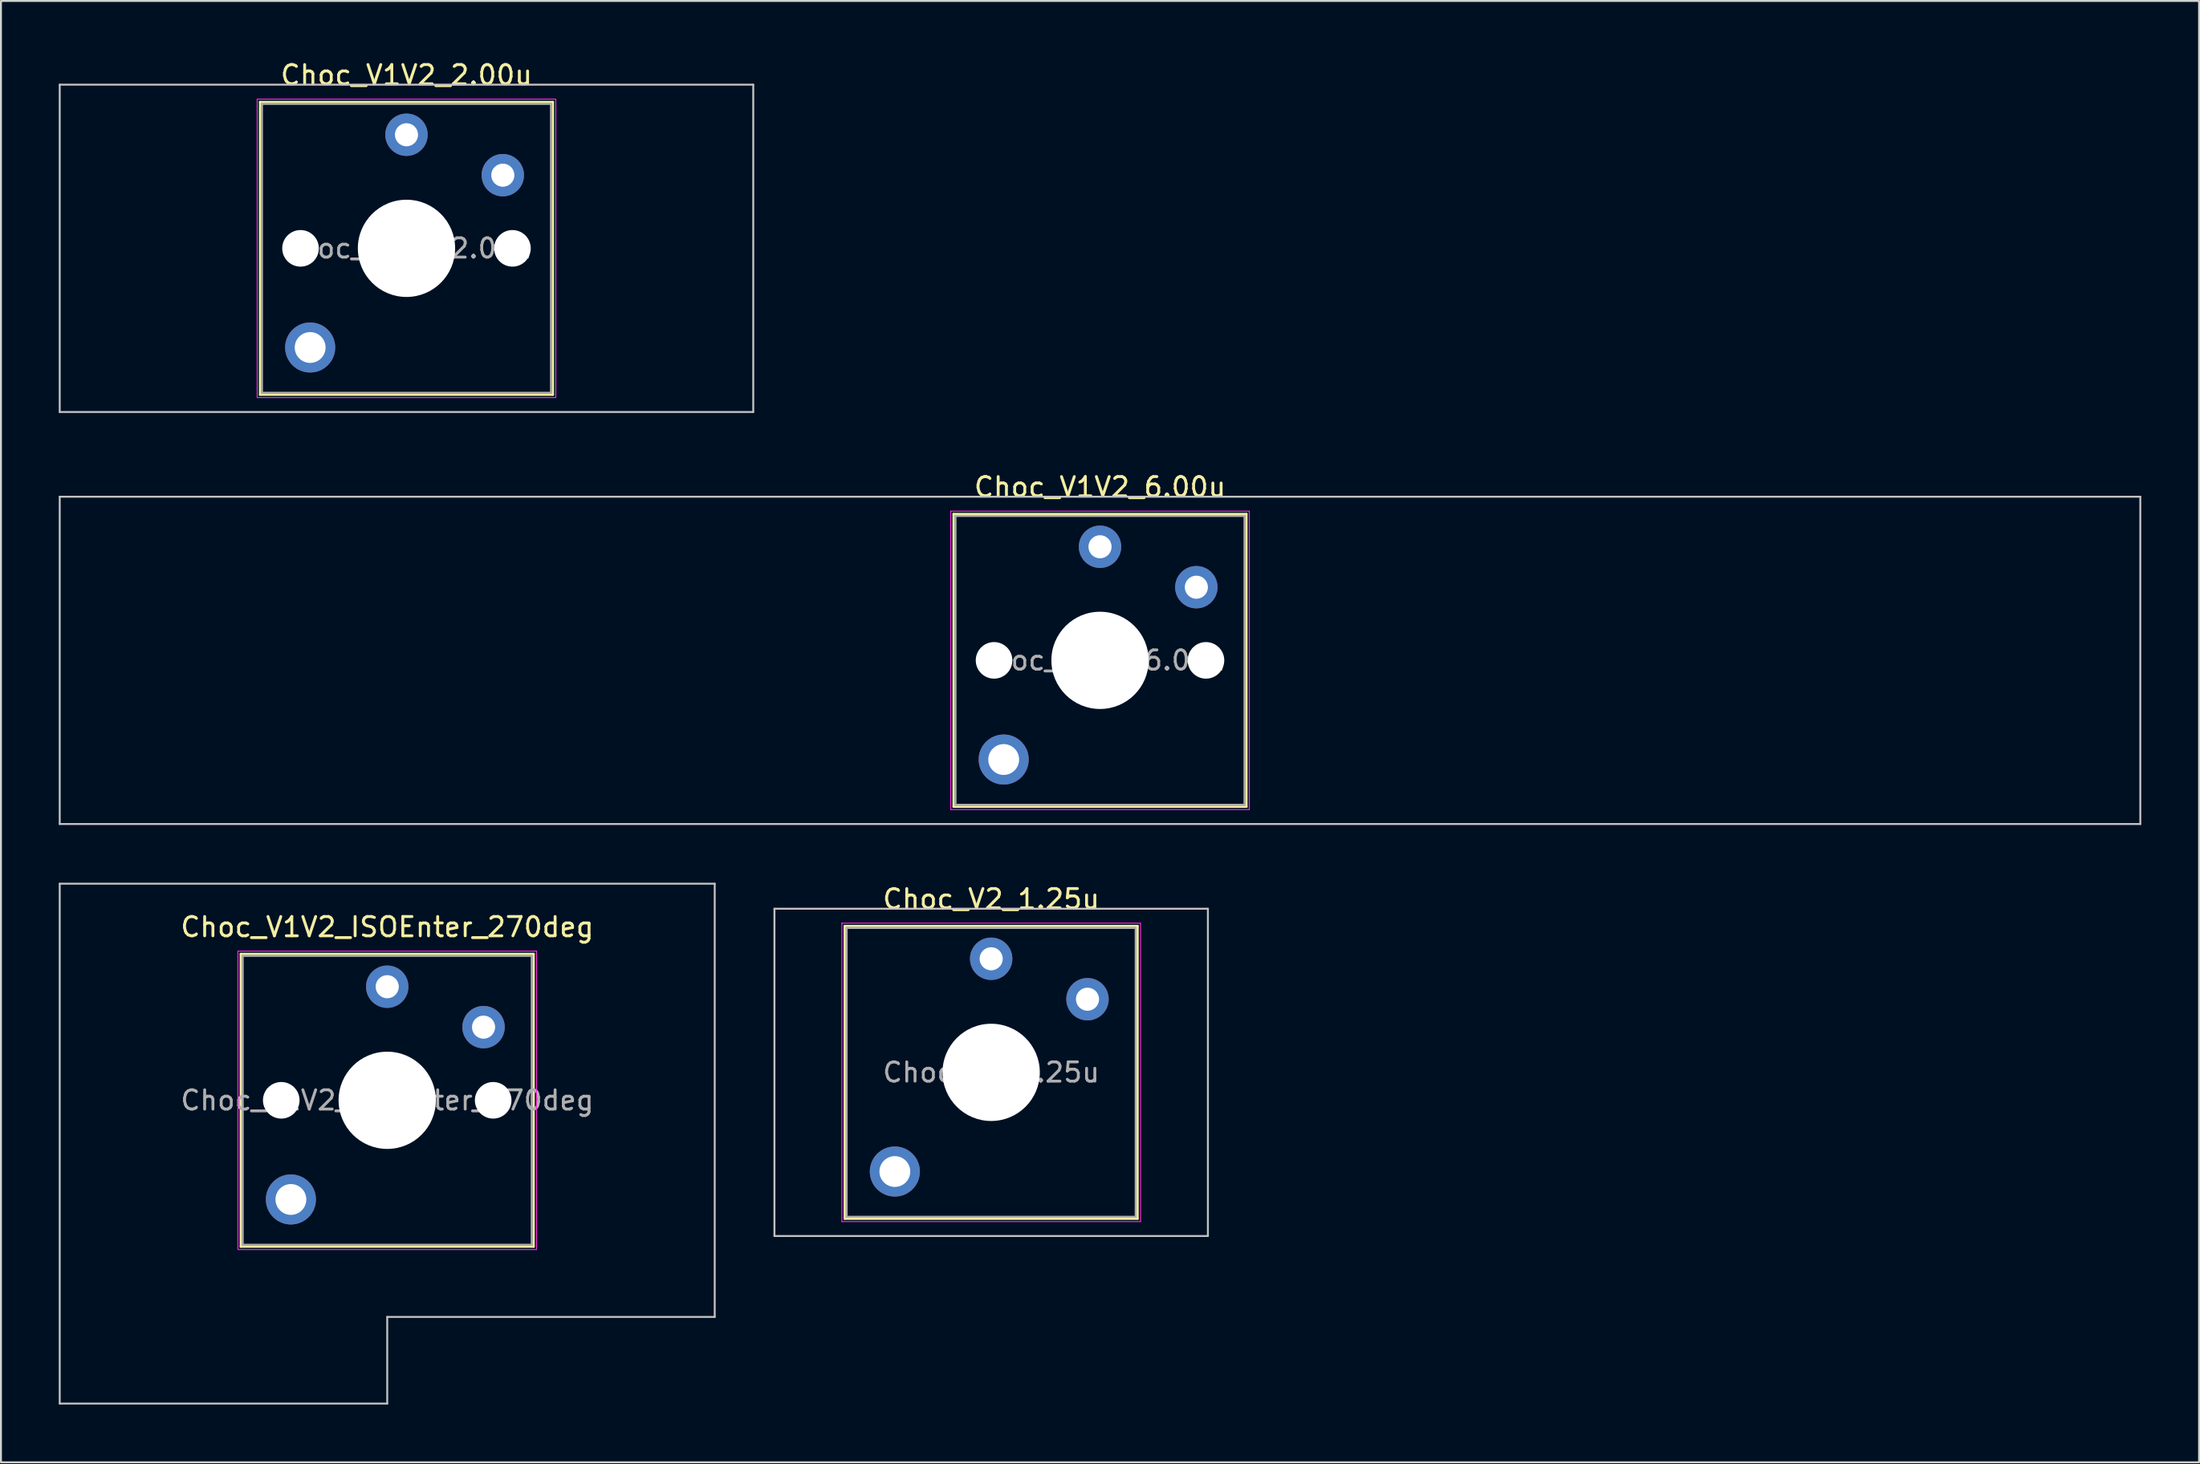
<source format=kicad_pcb>
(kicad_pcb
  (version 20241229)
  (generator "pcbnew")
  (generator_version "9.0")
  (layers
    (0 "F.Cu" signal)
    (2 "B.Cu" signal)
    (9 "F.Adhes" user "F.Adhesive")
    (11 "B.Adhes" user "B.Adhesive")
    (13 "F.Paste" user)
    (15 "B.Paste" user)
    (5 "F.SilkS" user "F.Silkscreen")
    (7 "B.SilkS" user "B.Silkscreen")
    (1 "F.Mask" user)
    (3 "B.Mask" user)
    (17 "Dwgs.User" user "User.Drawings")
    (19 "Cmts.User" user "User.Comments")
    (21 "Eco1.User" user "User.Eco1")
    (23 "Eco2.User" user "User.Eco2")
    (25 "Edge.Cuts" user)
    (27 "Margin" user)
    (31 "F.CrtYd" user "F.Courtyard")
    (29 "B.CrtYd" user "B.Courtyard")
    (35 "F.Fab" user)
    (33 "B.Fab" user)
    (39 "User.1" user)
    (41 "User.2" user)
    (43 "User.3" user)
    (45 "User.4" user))
  (footprint "Choc_V2_1.25u"
    (layer "F.Cu")
    (at 48.4 52.645)
    (property "Reference" "Choc_V2_1.25u" (at 0 -9 0) (layer "F.SilkS") (effects (font (size 1 1) (thickness 0.15))))
    (attr through_hole)
    (fp_line (start -7.6 -7.6) (end -7.6 7.6) (stroke (width 0.12) (type solid)) (layer "F.SilkS"))
    (fp_line (start -7.6 7.6) (end 7.6 7.6) (stroke (width 0.12) (type solid)) (layer "F.SilkS"))
    (fp_line (start 7.6 -7.6) (end -7.6 -7.6) (stroke (width 0.12) (type solid)) (layer "F.SilkS"))
    (fp_line (start 7.6 7.6) (end 7.6 -7.6) (stroke (width 0.12) (type solid)) (layer "F.SilkS"))
    (fp_line (start -11.25 -8.5) (end -11.25 8.5) (stroke (width 0.1) (type solid)) (layer "Dwgs.User"))
    (fp_line (start -11.25 8.5) (end 11.25 8.5) (stroke (width 0.1) (type solid)) (layer "Dwgs.User"))
    (fp_line (start 11.25 -8.5) (end -11.25 -8.5) (stroke (width 0.1) (type solid)) (layer "Dwgs.User"))
    (fp_line (start 11.25 8.5) (end 11.25 -8.5) (stroke (width 0.1) (type solid)) (layer "Dwgs.User"))
    (fp_line (start -7.25 -7.25) (end -7.25 7.25) (stroke (width 0.1) (type solid)) (layer "Eco1.User"))
    (fp_line (start -7.25 7.25) (end 7.25 7.25) (stroke (width 0.1) (type solid)) (layer "Eco1.User"))
    (fp_line (start 7.25 -7.25) (end -7.25 -7.25) (stroke (width 0.1) (type solid)) (layer "Eco1.User"))
    (fp_line (start 7.25 7.25) (end 7.25 -7.25) (stroke (width 0.1) (type solid)) (layer "Eco1.User"))
    (fp_line (start -7.75 -7.75) (end -7.75 7.75) (stroke (width 0.05) (type solid)) (layer "F.CrtYd"))
    (fp_line (start -7.75 7.75) (end 7.75 7.75) (stroke (width 0.05) (type solid)) (layer "F.CrtYd"))
    (fp_line (start 7.75 -7.75) (end -7.75 -7.75) (stroke (width 0.05) (type solid)) (layer "F.CrtYd"))
    (fp_line (start 7.75 7.75) (end 7.75 -7.75) (stroke (width 0.05) (type solid)) (layer "F.CrtYd"))
    (fp_line (start -7.5 -7.5) (end -7.5 7.5) (stroke (width 0.1) (type solid)) (layer "F.Fab"))
    (fp_line (start -7.5 7.5) (end 7.5 7.5) (stroke (width 0.1) (type solid)) (layer "F.Fab"))
    (fp_line (start 7.5 -7.5) (end -7.5 -7.5) (stroke (width 0.1) (type solid)) (layer "F.Fab"))
    (fp_line (start 7.5 7.5) (end 7.5 -7.5) (stroke (width 0.1) (type solid)) (layer "F.Fab"))
    (fp_text user "${REFERENCE}" (at 0 0 0) (layer "F.Fab") (effects (font (size 1 1) (thickness 0.15))))
    (pad "" thru_hole circle (at -5 5.15) (size 2.6 2.6) (drill 1.6) (layers "*.Cu" "*.Mask"))
    (pad "" np_thru_hole circle (at 0 0) (size 5.05 5.05) (drill 5.05) (layers "*.Cu" "*.Mask"))
    (pad "1" thru_hole circle (at 0 -5.9) (size 2.2 2.2) (drill 1.2) (layers "*.Cu" "*.Mask"))
    (pad "2" thru_hole circle (at 5 -3.8) (size 2.2 2.2) (drill 1.2) (layers "*.Cu" "*.Mask")))
  (footprint "Choc_V1V2_ISOEnter_270deg"
    (layer "F.Cu")
    (at 17.05 54.096)
    (property "Reference" "Choc_V1V2_ISOEnter_270deg" (at 0 -9 0) (layer "F.SilkS") (effects (font (size 1 1) (thickness 0.15))))
    (attr through_hole)
    (fp_line (start -7.6 -7.6) (end -7.6 7.6) (stroke (width 0.12) (type solid)) (layer "F.SilkS"))
    (fp_line (start -7.6 7.6) (end 7.6 7.6) (stroke (width 0.12) (type solid)) (layer "F.SilkS"))
    (fp_line (start 7.6 -7.6) (end -7.6 -7.6) (stroke (width 0.12) (type solid)) (layer "F.SilkS"))
    (fp_line (start 7.6 7.6) (end 7.6 -7.6) (stroke (width 0.12) (type solid)) (layer "F.SilkS"))
    (fp_line (start -17 -11.25) (end -17 15.75) (stroke (width 0.1) (type solid)) (layer "Dwgs.User"))
    (fp_line (start -17 15.75) (end 0 15.75) (stroke (width 0.1) (type solid)) (layer "Dwgs.User"))
    (fp_line (start 0 11.25) (end 17 11.25) (stroke (width 0.1) (type solid)) (layer "Dwgs.User"))
    (fp_line (start 0 15.75) (end 0 11.25) (stroke (width 0.1) (type solid)) (layer "Dwgs.User"))
    (fp_line (start 17 -11.25) (end -17 -11.25) (stroke (width 0.1) (type solid)) (layer "Dwgs.User"))
    (fp_line (start 17 11.25) (end 17 -11.25) (stroke (width 0.1) (type solid)) (layer "Dwgs.User"))
    (fp_line (start -7.25 -7.25) (end -7.25 7.25) (stroke (width 0.1) (type solid)) (layer "Eco1.User"))
    (fp_line (start -7.25 7.25) (end 7.25 7.25) (stroke (width 0.1) (type solid)) (layer "Eco1.User"))
    (fp_line (start 7.25 -7.25) (end -7.25 -7.25) (stroke (width 0.1) (type solid)) (layer "Eco1.User"))
    (fp_line (start 7.25 7.25) (end 7.25 -7.25) (stroke (width 0.1) (type solid)) (layer "Eco1.User"))
    (fp_line (start -7.75 -7.75) (end -7.75 7.75) (stroke (width 0.05) (type solid)) (layer "F.CrtYd"))
    (fp_line (start -7.75 7.75) (end 7.75 7.75) (stroke (width 0.05) (type solid)) (layer "F.CrtYd"))
    (fp_line (start 7.75 -7.75) (end -7.75 -7.75) (stroke (width 0.05) (type solid)) (layer "F.CrtYd"))
    (fp_line (start 7.75 7.75) (end 7.75 -7.75) (stroke (width 0.05) (type solid)) (layer "F.CrtYd"))
    (fp_line (start -7.5 -7.5) (end -7.5 7.5) (stroke (width 0.1) (type solid)) (layer "F.Fab"))
    (fp_line (start -7.5 7.5) (end 7.5 7.5) (stroke (width 0.1) (type solid)) (layer "F.Fab"))
    (fp_line (start 7.5 -7.5) (end -7.5 -7.5) (stroke (width 0.1) (type solid)) (layer "F.Fab"))
    (fp_line (start 7.5 7.5) (end 7.5 -7.5) (stroke (width 0.1) (type solid)) (layer "F.Fab"))
    (fp_text user "${REFERENCE}" (at 0 0 0) (layer "F.Fab") (effects (font (size 1 1) (thickness 0.15))))
    (pad "" np_thru_hole circle (at -5.5 0) (size 1.9 1.9) (drill 1.9) (layers "*.Cu" "*.Mask"))
    (pad "" thru_hole circle (at -5 5.15) (size 2.6 2.6) (drill 1.6) (layers "*.Cu" "*.Mask"))
    (pad "" np_thru_hole circle (at 0 0) (size 5.05 5.05) (drill 5.05) (layers "*.Cu" "*.Mask"))
    (pad "" np_thru_hole circle (at 5.5 0) (size 1.9 1.9) (drill 1.9) (layers "*.Cu" "*.Mask"))
    (pad "1" thru_hole circle (at 0 -5.9) (size 2.2 2.2) (drill 1.2) (layers "*.Cu" "*.Mask"))
    (pad "2" thru_hole circle (at 5 -3.8) (size 2.2 2.2) (drill 1.2) (layers "*.Cu" "*.Mask")))
  (footprint "Choc_V1V2_2.00u"
    (layer "F.Cu")
    (at 18.05 9.848)
    (property "Reference" "Choc_V1V2_2.00u" (at 0 -9 0) (layer "F.SilkS") (effects (font (size 1 1) (thickness 0.15))))
    (attr through_hole)
    (fp_line (start -7.6 -7.6) (end -7.6 7.6) (stroke (width 0.12) (type solid)) (layer "F.SilkS"))
    (fp_line (start -7.6 7.6) (end 7.6 7.6) (stroke (width 0.12) (type solid)) (layer "F.SilkS"))
    (fp_line (start 7.6 -7.6) (end -7.6 -7.6) (stroke (width 0.12) (type solid)) (layer "F.SilkS"))
    (fp_line (start 7.6 7.6) (end 7.6 -7.6) (stroke (width 0.12) (type solid)) (layer "F.SilkS"))
    (fp_line (start -18 -8.5) (end -18 8.5) (stroke (width 0.1) (type solid)) (layer "Dwgs.User"))
    (fp_line (start -18 8.5) (end 18 8.5) (stroke (width 0.1) (type solid)) (layer "Dwgs.User"))
    (fp_line (start 18 -8.5) (end -18 -8.5) (stroke (width 0.1) (type solid)) (layer "Dwgs.User"))
    (fp_line (start 18 8.5) (end 18 -8.5) (stroke (width 0.1) (type solid)) (layer "Dwgs.User"))
    (fp_line (start -7.25 -7.25) (end -7.25 7.25) (stroke (width 0.1) (type solid)) (layer "Eco1.User"))
    (fp_line (start -7.25 7.25) (end 7.25 7.25) (stroke (width 0.1) (type solid)) (layer "Eco1.User"))
    (fp_line (start 7.25 -7.25) (end -7.25 -7.25) (stroke (width 0.1) (type solid)) (layer "Eco1.User"))
    (fp_line (start 7.25 7.25) (end 7.25 -7.25) (stroke (width 0.1) (type solid)) (layer "Eco1.User"))
    (fp_line (start -7.75 -7.75) (end -7.75 7.75) (stroke (width 0.05) (type solid)) (layer "F.CrtYd"))
    (fp_line (start -7.75 7.75) (end 7.75 7.75) (stroke (width 0.05) (type solid)) (layer "F.CrtYd"))
    (fp_line (start 7.75 -7.75) (end -7.75 -7.75) (stroke (width 0.05) (type solid)) (layer "F.CrtYd"))
    (fp_line (start 7.75 7.75) (end 7.75 -7.75) (stroke (width 0.05) (type solid)) (layer "F.CrtYd"))
    (fp_line (start -7.5 -7.5) (end -7.5 7.5) (stroke (width 0.1) (type solid)) (layer "F.Fab"))
    (fp_line (start -7.5 7.5) (end 7.5 7.5) (stroke (width 0.1) (type solid)) (layer "F.Fab"))
    (fp_line (start 7.5 -7.5) (end -7.5 -7.5) (stroke (width 0.1) (type solid)) (layer "F.Fab"))
    (fp_line (start 7.5 7.5) (end 7.5 -7.5) (stroke (width 0.1) (type solid)) (layer "F.Fab"))
    (fp_text user "${REFERENCE}" (at 0 0 0) (layer "F.Fab") (effects (font (size 1 1) (thickness 0.15))))
    (pad "" np_thru_hole circle (at -5.5 0) (size 1.9 1.9) (drill 1.9) (layers "*.Cu" "*.Mask"))
    (pad "" thru_hole circle (at -5 5.15) (size 2.6 2.6) (drill 1.6) (layers "*.Cu" "*.Mask"))
    (pad "" np_thru_hole circle (at 0 0) (size 5.05 5.05) (drill 5.05) (layers "*.Cu" "*.Mask"))
    (pad "" np_thru_hole circle (at 5.5 0) (size 1.9 1.9) (drill 1.9) (layers "*.Cu" "*.Mask"))
    (pad "1" thru_hole circle (at 0 -5.9) (size 2.2 2.2) (drill 1.2) (layers "*.Cu" "*.Mask"))
    (pad "2" thru_hole circle (at 5 -3.8) (size 2.2 2.2) (drill 1.2) (layers "*.Cu" "*.Mask")))
  (footprint "Choc_V1V2_6.00u"
    (layer "F.Cu")
    (at 54.05 31.247)
    (property "Reference" "Choc_V1V2_6.00u" (at 0 -9 0) (layer "F.SilkS") (effects (font (size 1 1) (thickness 0.15))))
    (attr through_hole)
    (fp_line (start -7.6 -7.6) (end -7.6 7.6) (stroke (width 0.12) (type solid)) (layer "F.SilkS"))
    (fp_line (start -7.6 7.6) (end 7.6 7.6) (stroke (width 0.12) (type solid)) (layer "F.SilkS"))
    (fp_line (start 7.6 -7.6) (end -7.6 -7.6) (stroke (width 0.12) (type solid)) (layer "F.SilkS"))
    (fp_line (start 7.6 7.6) (end 7.6 -7.6) (stroke (width 0.12) (type solid)) (layer "F.SilkS"))
    (fp_line (start -54 -8.5) (end -54 8.5) (stroke (width 0.1) (type solid)) (layer "Dwgs.User"))
    (fp_line (start -54 8.5) (end 54 8.5) (stroke (width 0.1) (type solid)) (layer "Dwgs.User"))
    (fp_line (start 54 -8.5) (end -54 -8.5) (stroke (width 0.1) (type solid)) (layer "Dwgs.User"))
    (fp_line (start 54 8.5) (end 54 -8.5) (stroke (width 0.1) (type solid)) (layer "Dwgs.User"))
    (fp_line (start -7.25 -7.25) (end -7.25 7.25) (stroke (width 0.1) (type solid)) (layer "Eco1.User"))
    (fp_line (start -7.25 7.25) (end 7.25 7.25) (stroke (width 0.1) (type solid)) (layer "Eco1.User"))
    (fp_line (start 7.25 -7.25) (end -7.25 -7.25) (stroke (width 0.1) (type solid)) (layer "Eco1.User"))
    (fp_line (start 7.25 7.25) (end 7.25 -7.25) (stroke (width 0.1) (type solid)) (layer "Eco1.User"))
    (fp_line (start -7.75 -7.75) (end -7.75 7.75) (stroke (width 0.05) (type solid)) (layer "F.CrtYd"))
    (fp_line (start -7.75 7.75) (end 7.75 7.75) (stroke (width 0.05) (type solid)) (layer "F.CrtYd"))
    (fp_line (start 7.75 -7.75) (end -7.75 -7.75) (stroke (width 0.05) (type solid)) (layer "F.CrtYd"))
    (fp_line (start 7.75 7.75) (end 7.75 -7.75) (stroke (width 0.05) (type solid)) (layer "F.CrtYd"))
    (fp_line (start -7.5 -7.5) (end -7.5 7.5) (stroke (width 0.1) (type solid)) (layer "F.Fab"))
    (fp_line (start -7.5 7.5) (end 7.5 7.5) (stroke (width 0.1) (type solid)) (layer "F.Fab"))
    (fp_line (start 7.5 -7.5) (end -7.5 -7.5) (stroke (width 0.1) (type solid)) (layer "F.Fab"))
    (fp_line (start 7.5 7.5) (end 7.5 -7.5) (stroke (width 0.1) (type solid)) (layer "F.Fab"))
    (fp_text user "${REFERENCE}" (at 0 0 0) (layer "F.Fab") (effects (font (size 1 1) (thickness 0.15))))
    (pad "" np_thru_hole circle (at -5.5 0) (size 1.9 1.9) (drill 1.9) (layers "*.Cu" "*.Mask"))
    (pad "" thru_hole circle (at -5 5.15) (size 2.6 2.6) (drill 1.6) (layers "*.Cu" "*.Mask"))
    (pad "" np_thru_hole circle (at 0 0) (size 5.05 5.05) (drill 5.05) (layers "*.Cu" "*.Mask"))
    (pad "" np_thru_hole circle (at 5.5 0) (size 1.9 1.9) (drill 1.9) (layers "*.Cu" "*.Mask"))
    (pad "1" thru_hole circle (at 0 -5.9) (size 2.2 2.2) (drill 1.2) (layers "*.Cu" "*.Mask"))
    (pad "2" thru_hole circle (at 5 -3.8) (size 2.2 2.2) (drill 1.2) (layers "*.Cu" "*.Mask")))
  (gr_rect
    (start -3 -3)
    (end 111.1 72.897)
    (stroke (width 0.1) (type default))
    (fill no)
    (layer "Edge.Cuts")))
</source>
